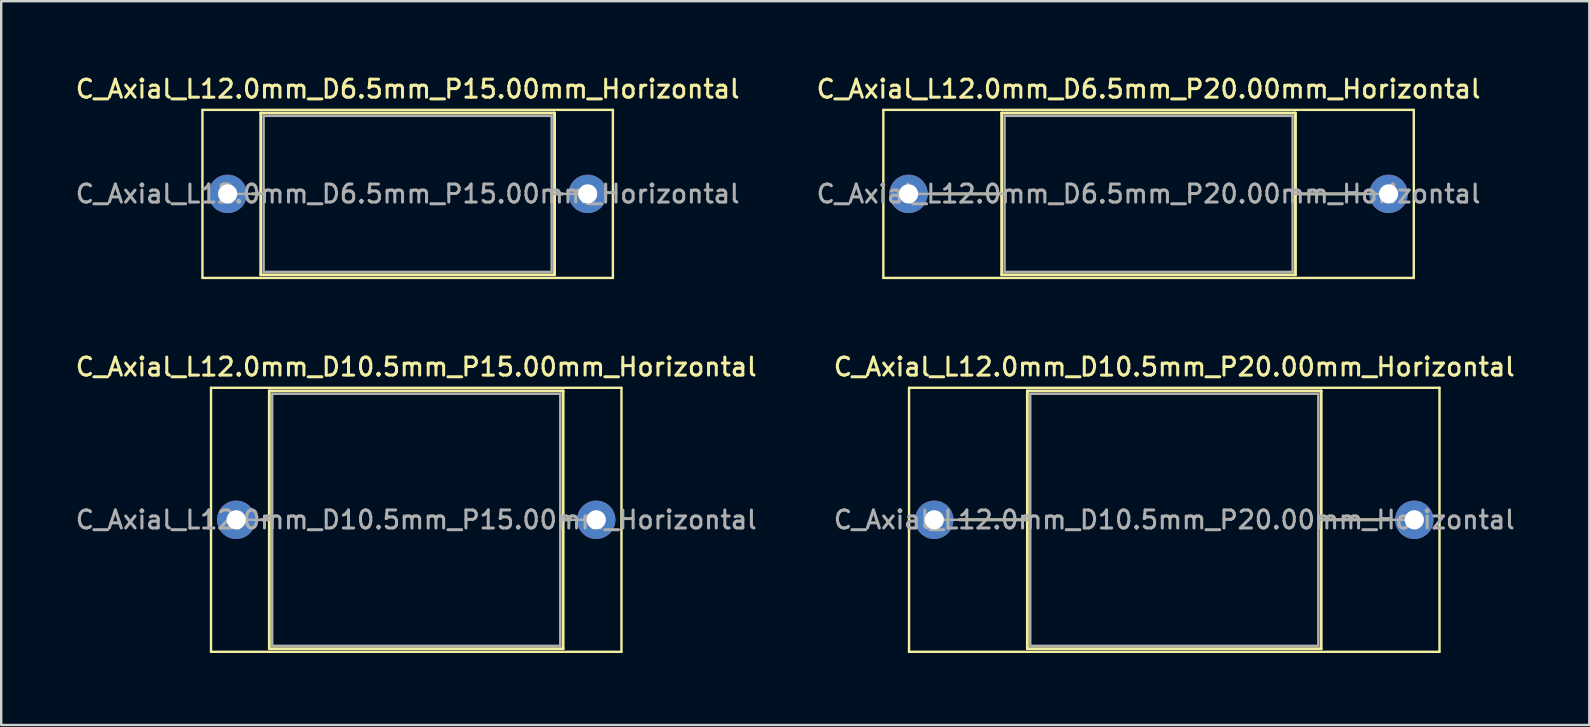
<source format=kicad_pcb>
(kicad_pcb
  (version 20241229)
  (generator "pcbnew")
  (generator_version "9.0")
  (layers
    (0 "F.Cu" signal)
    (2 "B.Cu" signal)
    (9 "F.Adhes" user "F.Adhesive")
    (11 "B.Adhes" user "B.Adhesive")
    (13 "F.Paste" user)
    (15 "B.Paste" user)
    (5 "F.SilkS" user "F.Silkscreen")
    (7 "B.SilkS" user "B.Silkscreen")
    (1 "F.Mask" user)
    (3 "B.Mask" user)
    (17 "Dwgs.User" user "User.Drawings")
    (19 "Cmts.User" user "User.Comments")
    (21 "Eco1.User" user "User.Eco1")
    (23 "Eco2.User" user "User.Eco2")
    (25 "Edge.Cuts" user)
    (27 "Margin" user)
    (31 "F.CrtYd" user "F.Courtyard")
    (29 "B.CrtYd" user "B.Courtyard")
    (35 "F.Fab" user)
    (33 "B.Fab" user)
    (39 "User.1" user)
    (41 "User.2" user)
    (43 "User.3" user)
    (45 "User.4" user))
  (footprint "C_Axial_L12.0mm_D6.5mm_P20.00mm_Horizontal"
    (layer "F.Cu")
    (at 34.802 5.028)
    (property "Reference" "C_Axial_L12.0mm_D6.5mm_P20.00mm_Horizontal" (at 10 -4.37 0) (layer "F.SilkS") (effects (font (size 0.75 0.75) (thickness 0.125))))
    (attr through_hole)
    (fp_line (start -1.05 -3.5) (end -1.05 3.5) (stroke (width 0.1) (type solid)) (layer "F.SilkS"))
    (fp_line (start -1.05 3.5) (end 21.05 3.5) (stroke (width 0.1) (type solid)) (layer "F.SilkS"))
    (fp_line (start 1.04 0) (end 3.88 0) (stroke (width 0.12) (type solid)) (layer "F.SilkS"))
    (fp_line (start 3.88 -3.37) (end 3.88 3.37) (stroke (width 0.12) (type solid)) (layer "F.SilkS"))
    (fp_line (start 3.88 3.37) (end 16.12 3.37) (stroke (width 0.12) (type solid)) (layer "F.SilkS"))
    (fp_line (start 16.12 -3.37) (end 3.88 -3.37) (stroke (width 0.12) (type solid)) (layer "F.SilkS"))
    (fp_line (start 16.12 3.37) (end 16.12 -3.37) (stroke (width 0.12) (type solid)) (layer "F.SilkS"))
    (fp_line (start 18.96 0) (end 16.12 0) (stroke (width 0.12) (type solid)) (layer "F.SilkS"))
    (fp_line (start 21.05 -3.5) (end -1.05 -3.5) (stroke (width 0.1) (type solid)) (layer "F.SilkS"))
    (fp_line (start 21.05 3.5) (end 21.05 -3.5) (stroke (width 0.1) (type solid)) (layer "F.SilkS"))
    (fp_line (start 0 0) (end 4 0) (stroke (width 0.1) (type solid)) (layer "F.Fab"))
    (fp_line (start 4 -3.25) (end 4 3.25) (stroke (width 0.1) (type solid)) (layer "F.Fab"))
    (fp_line (start 4 3.25) (end 16 3.25) (stroke (width 0.1) (type solid)) (layer "F.Fab"))
    (fp_line (start 16 -3.25) (end 4 -3.25) (stroke (width 0.1) (type solid)) (layer "F.Fab"))
    (fp_line (start 16 3.25) (end 16 -3.25) (stroke (width 0.1) (type solid)) (layer "F.Fab"))
    (fp_line (start 20 0) (end 16 0) (stroke (width 0.1) (type solid)) (layer "F.Fab"))
    (fp_text user "${REFERENCE}" (at 10 0 0) (layer "F.Fab") (effects (font (size 0.75 0.75) (thickness 0.125))))
    (pad "1" thru_hole circle (at 0 0) (size 1.6 1.6) (drill 0.8) (layers "*.Cu" "*.Mask"))
    (pad "2" thru_hole oval (at 20 0) (size 1.6 1.6) (drill 0.8) (layers "*.Cu" "*.Mask")))
  (footprint "C_Axial_L12.0mm_D6.5mm_P15.00mm_Horizontal"
    (layer "F.Cu")
    (at 6.434 5.028)
    (property "Reference" "C_Axial_L12.0mm_D6.5mm_P15.00mm_Horizontal" (at 7.5 -4.37 0) (layer "F.SilkS") (effects (font (size 0.75 0.75) (thickness 0.125))))
    (attr through_hole)
    (fp_line (start -1.05 -3.5) (end -1.05 3.5) (stroke (width 0.1) (type solid)) (layer "F.SilkS"))
    (fp_line (start -1.05 3.5) (end 16.05 3.5) (stroke (width 0.1) (type solid)) (layer "F.SilkS"))
    (fp_line (start 1.04 0) (end 1.38 0) (stroke (width 0.12) (type solid)) (layer "F.SilkS"))
    (fp_line (start 1.38 -3.37) (end 1.38 3.37) (stroke (width 0.12) (type solid)) (layer "F.SilkS"))
    (fp_line (start 1.38 3.37) (end 13.62 3.37) (stroke (width 0.12) (type solid)) (layer "F.SilkS"))
    (fp_line (start 13.62 -3.37) (end 1.38 -3.37) (stroke (width 0.12) (type solid)) (layer "F.SilkS"))
    (fp_line (start 13.62 3.37) (end 13.62 -3.37) (stroke (width 0.12) (type solid)) (layer "F.SilkS"))
    (fp_line (start 13.96 0) (end 13.62 0) (stroke (width 0.12) (type solid)) (layer "F.SilkS"))
    (fp_line (start 16.05 -3.5) (end -1.05 -3.5) (stroke (width 0.1) (type solid)) (layer "F.SilkS"))
    (fp_line (start 16.05 3.5) (end 16.05 -3.5) (stroke (width 0.1) (type solid)) (layer "F.SilkS"))
    (fp_line (start 0 0) (end 1.5 0) (stroke (width 0.1) (type solid)) (layer "F.Fab"))
    (fp_line (start 1.5 -3.25) (end 1.5 3.25) (stroke (width 0.1) (type solid)) (layer "F.Fab"))
    (fp_line (start 1.5 3.25) (end 13.5 3.25) (stroke (width 0.1) (type solid)) (layer "F.Fab"))
    (fp_line (start 13.5 -3.25) (end 1.5 -3.25) (stroke (width 0.1) (type solid)) (layer "F.Fab"))
    (fp_line (start 13.5 3.25) (end 13.5 -3.25) (stroke (width 0.1) (type solid)) (layer "F.Fab"))
    (fp_line (start 15 0) (end 13.5 0) (stroke (width 0.1) (type solid)) (layer "F.Fab"))
    (fp_text user "${REFERENCE}" (at 7.5 0 0) (layer "F.Fab") (effects (font (size 0.75 0.75) (thickness 0.125))))
    (pad "1" thru_hole circle (at 0 0) (size 1.6 1.6) (drill 0.8) (layers "*.Cu" "*.Mask"))
    (pad "2" thru_hole oval (at 15 0) (size 1.6 1.6) (drill 0.8) (layers "*.Cu" "*.Mask")))
  (footprint "C_Axial_L12.0mm_D10.5mm_P20.00mm_Horizontal"
    (layer "F.Cu")
    (at 35.873 18.606)
    (property "Reference" "C_Axial_L12.0mm_D10.5mm_P20.00mm_Horizontal" (at 10 -6.37 0) (layer "F.SilkS") (effects (font (size 0.75 0.75) (thickness 0.125))))
    (attr through_hole)
    (fp_line (start -1.05 -5.5) (end -1.05 5.5) (stroke (width 0.1) (type solid)) (layer "F.SilkS"))
    (fp_line (start -1.05 5.5) (end 21.05 5.5) (stroke (width 0.1) (type solid)) (layer "F.SilkS"))
    (fp_line (start 1.04 0) (end 3.88 0) (stroke (width 0.12) (type solid)) (layer "F.SilkS"))
    (fp_line (start 3.88 -5.37) (end 3.88 5.37) (stroke (width 0.12) (type solid)) (layer "F.SilkS"))
    (fp_line (start 3.88 5.37) (end 16.12 5.37) (stroke (width 0.12) (type solid)) (layer "F.SilkS"))
    (fp_line (start 16.12 -5.37) (end 3.88 -5.37) (stroke (width 0.12) (type solid)) (layer "F.SilkS"))
    (fp_line (start 16.12 5.37) (end 16.12 -5.37) (stroke (width 0.12) (type solid)) (layer "F.SilkS"))
    (fp_line (start 18.96 0) (end 16.12 0) (stroke (width 0.12) (type solid)) (layer "F.SilkS"))
    (fp_line (start 21.05 -5.5) (end -1.05 -5.5) (stroke (width 0.1) (type solid)) (layer "F.SilkS"))
    (fp_line (start 21.05 5.5) (end 21.05 -5.5) (stroke (width 0.1) (type solid)) (layer "F.SilkS"))
    (fp_line (start 0 0) (end 4 0) (stroke (width 0.1) (type solid)) (layer "F.Fab"))
    (fp_line (start 4 -5.25) (end 4 5.25) (stroke (width 0.1) (type solid)) (layer "F.Fab"))
    (fp_line (start 4 5.25) (end 16 5.25) (stroke (width 0.1) (type solid)) (layer "F.Fab"))
    (fp_line (start 16 -5.25) (end 4 -5.25) (stroke (width 0.1) (type solid)) (layer "F.Fab"))
    (fp_line (start 16 5.25) (end 16 -5.25) (stroke (width 0.1) (type solid)) (layer "F.Fab"))
    (fp_line (start 20 0) (end 16 0) (stroke (width 0.1) (type solid)) (layer "F.Fab"))
    (fp_text user "${REFERENCE}" (at 10 0 0) (layer "F.Fab") (effects (font (size 0.75 0.75) (thickness 0.125))))
    (pad "1" thru_hole circle (at 0 0) (size 1.6 1.6) (drill 0.8) (layers "*.Cu" "*.Mask"))
    (pad "2" thru_hole oval (at 20 0) (size 1.6 1.6) (drill 0.8) (layers "*.Cu" "*.Mask")))
  (footprint "C_Axial_L12.0mm_D10.5mm_P15.00mm_Horizontal"
    (layer "F.Cu")
    (at 6.791 18.606)
    (property "Reference" "C_Axial_L12.0mm_D10.5mm_P15.00mm_Horizontal" (at 7.5 -6.37 0) (layer "F.SilkS") (effects (font (size 0.75 0.75) (thickness 0.125))))
    (attr through_hole)
    (fp_line (start -1.05 -5.5) (end -1.05 5.5) (stroke (width 0.1) (type solid)) (layer "F.SilkS"))
    (fp_line (start -1.05 5.5) (end 16.05 5.5) (stroke (width 0.1) (type solid)) (layer "F.SilkS"))
    (fp_line (start 1.04 0) (end 1.38 0) (stroke (width 0.12) (type solid)) (layer "F.SilkS"))
    (fp_line (start 1.38 -5.37) (end 1.38 5.37) (stroke (width 0.12) (type solid)) (layer "F.SilkS"))
    (fp_line (start 1.38 5.37) (end 13.62 5.37) (stroke (width 0.12) (type solid)) (layer "F.SilkS"))
    (fp_line (start 13.62 -5.37) (end 1.38 -5.37) (stroke (width 0.12) (type solid)) (layer "F.SilkS"))
    (fp_line (start 13.62 5.37) (end 13.62 -5.37) (stroke (width 0.12) (type solid)) (layer "F.SilkS"))
    (fp_line (start 13.96 0) (end 13.62 0) (stroke (width 0.12) (type solid)) (layer "F.SilkS"))
    (fp_line (start 16.05 -5.5) (end -1.05 -5.5) (stroke (width 0.1) (type solid)) (layer "F.SilkS"))
    (fp_line (start 16.05 5.5) (end 16.05 -5.5) (stroke (width 0.1) (type solid)) (layer "F.SilkS"))
    (fp_line (start 0 0) (end 1.5 0) (stroke (width 0.1) (type solid)) (layer "F.Fab"))
    (fp_line (start 1.5 -5.25) (end 1.5 5.25) (stroke (width 0.1) (type solid)) (layer "F.Fab"))
    (fp_line (start 1.5 5.25) (end 13.5 5.25) (stroke (width 0.1) (type solid)) (layer "F.Fab"))
    (fp_line (start 13.5 -5.25) (end 1.5 -5.25) (stroke (width 0.1) (type solid)) (layer "F.Fab"))
    (fp_line (start 13.5 5.25) (end 13.5 -5.25) (stroke (width 0.1) (type solid)) (layer "F.Fab"))
    (fp_line (start 15 0) (end 13.5 0) (stroke (width 0.1) (type solid)) (layer "F.Fab"))
    (fp_text user "${REFERENCE}" (at 7.5 0 0) (layer "F.Fab") (effects (font (size 0.75 0.75) (thickness 0.125))))
    (pad "1" thru_hole circle (at 0 0) (size 1.6 1.6) (drill 0.8) (layers "*.Cu" "*.Mask"))
    (pad "2" thru_hole oval (at 15 0) (size 1.6 1.6) (drill 0.8) (layers "*.Cu" "*.Mask")))
  (gr_rect
    (start -3 -3)
    (end 63.164 27.156)
    (stroke (width 0.1) (type default))
    (fill no)
    (layer "Edge.Cuts")))
</source>
